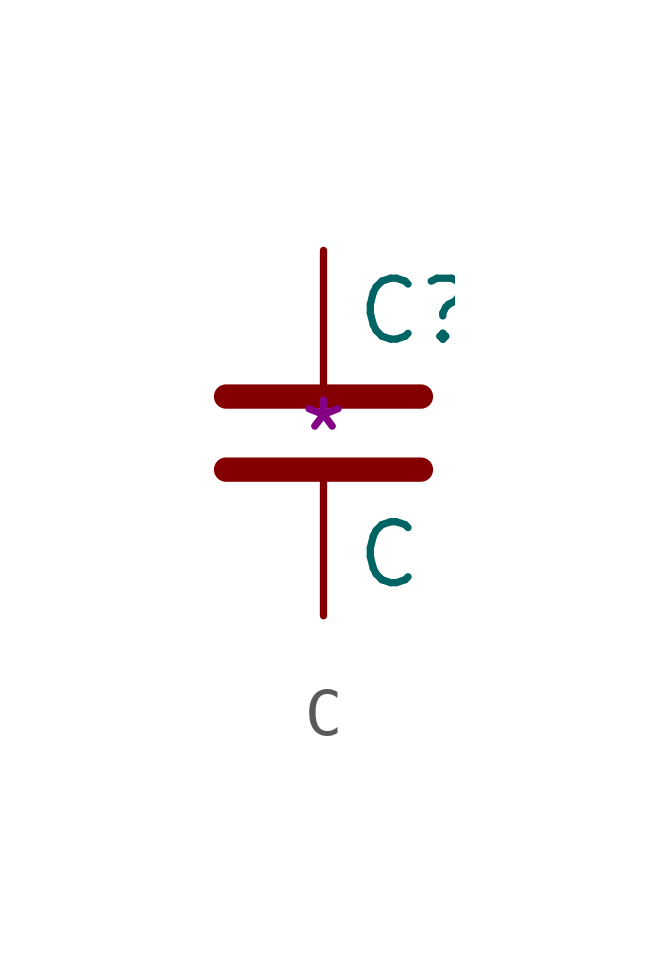
<source format=kicad_sym>
(kicad_symbol_lib
  (version 20231120)
  (generator "kicad_symbol_editor")
  (generator_version "8.0")
  (symbol "C"
    (pin_numbers hide)
    (pin_names
      (offset 0.254))
    (property "Reference" "C"
      (at 0.635 2.54 0)
      (effects (font (size 1.27 1.27)) (justify left)))
    (property "Value" "C"
      (at 0.635 -2.54 0)
      (effects (font (size 1.27 1.27)) (justify left)))
    (property "Voltage" "*"
      (at 0 0 0)
      (effects (font (size 1.27 1.27))))
    (symbol "C_0_1"
      (polyline (pts (xy -2.032 -0.762) (xy 2.032 -0.762)) (stroke (width 0.508) (type default)) (fill (type none)))
      (polyline (pts (xy -2.032 0.762) (xy 2.032 0.762)) (stroke (width 0.508) (type default)) (fill (type none))))
    (symbol "C_1_1"
      (pin passive line (at 0 3.81 270) (length 2.794) (name "~" (effects (font (size 1.27 1.27)))) (number "1" (effects (font (size 1.27 1.27)))))
      (pin passive line (at 0 -3.81 90) (length 2.794) (name "~" (effects (font (size 1.27 1.27)))) (number "2" (effects (font (size 1.27 1.27))))))))
</source>
